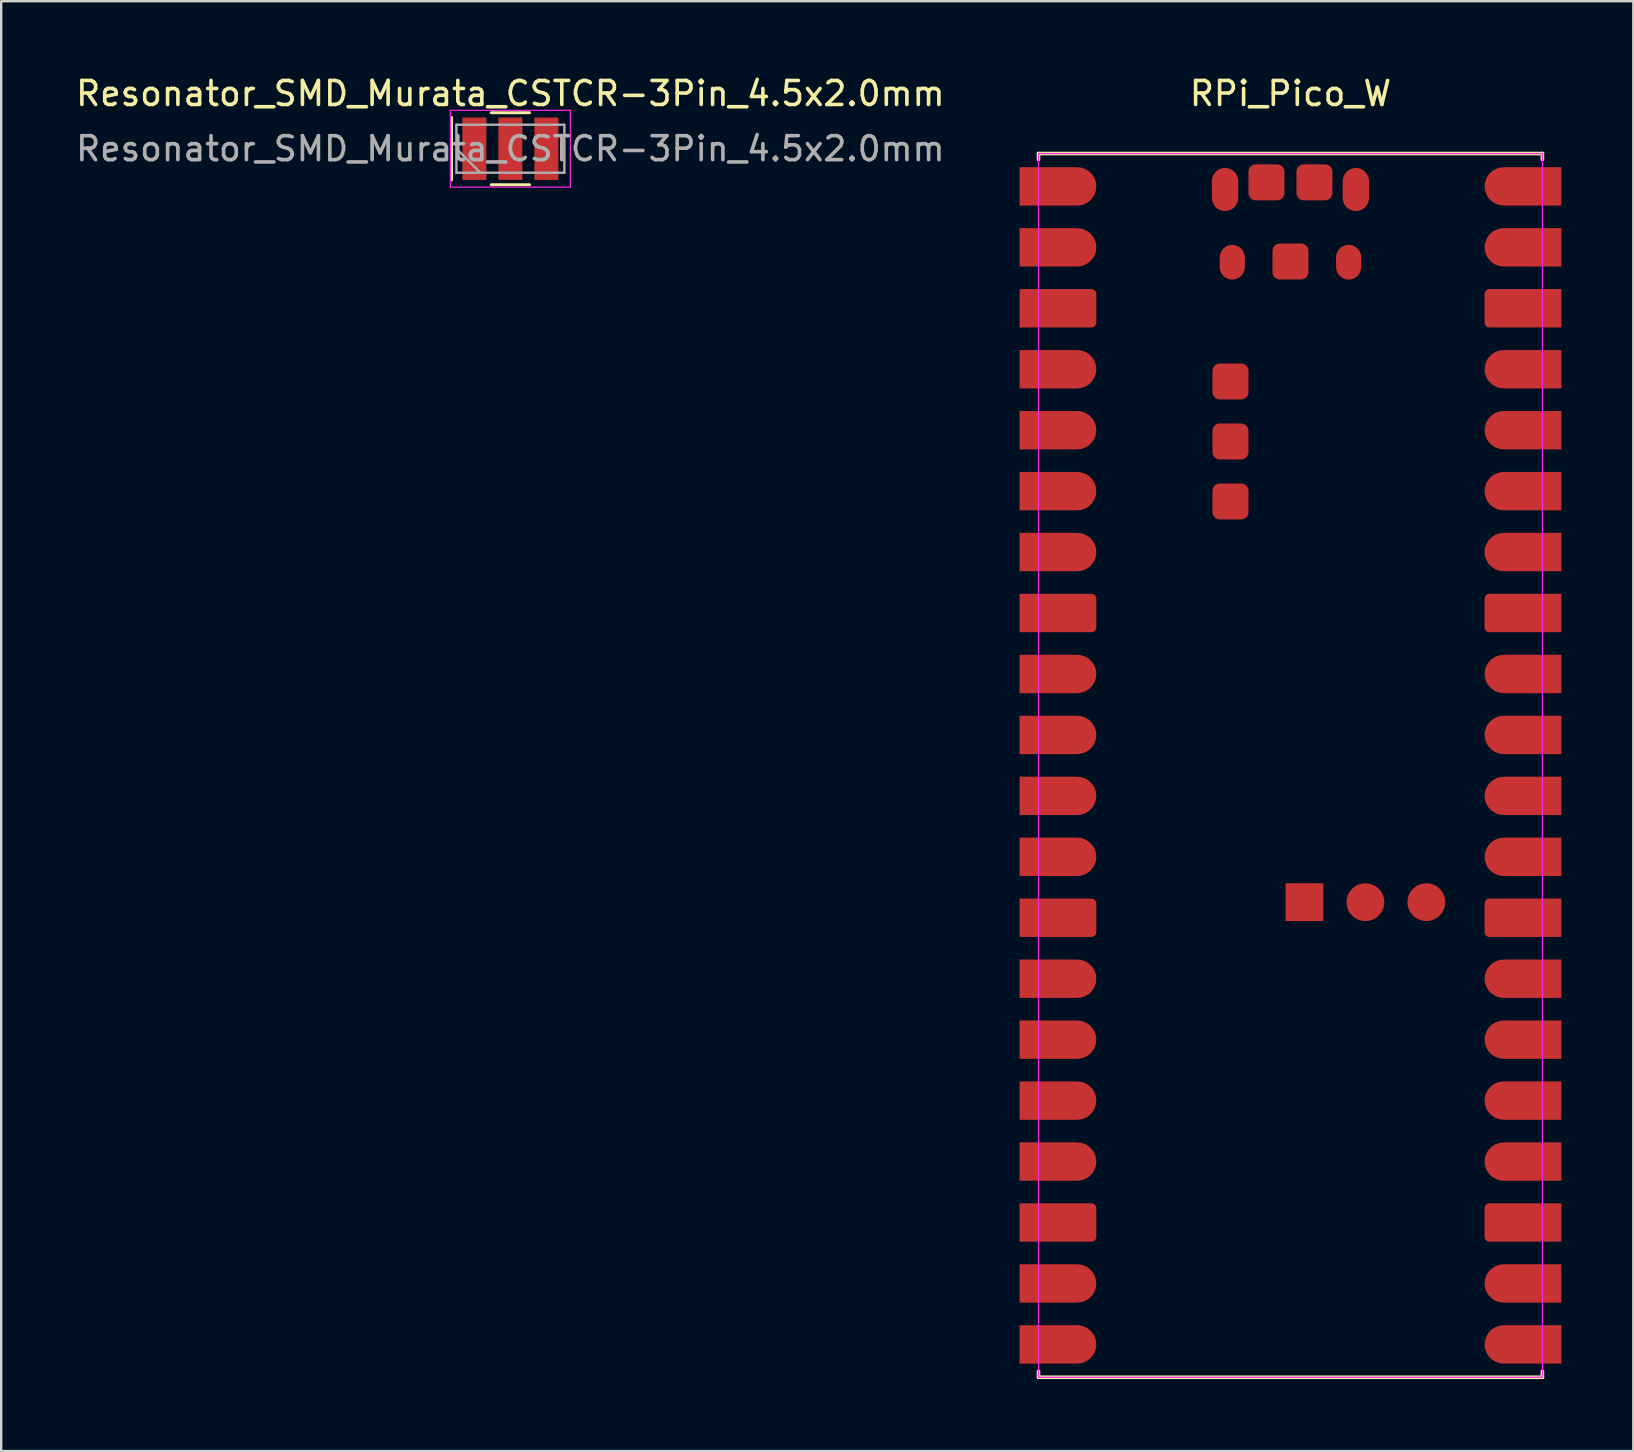
<source format=kicad_pcb>
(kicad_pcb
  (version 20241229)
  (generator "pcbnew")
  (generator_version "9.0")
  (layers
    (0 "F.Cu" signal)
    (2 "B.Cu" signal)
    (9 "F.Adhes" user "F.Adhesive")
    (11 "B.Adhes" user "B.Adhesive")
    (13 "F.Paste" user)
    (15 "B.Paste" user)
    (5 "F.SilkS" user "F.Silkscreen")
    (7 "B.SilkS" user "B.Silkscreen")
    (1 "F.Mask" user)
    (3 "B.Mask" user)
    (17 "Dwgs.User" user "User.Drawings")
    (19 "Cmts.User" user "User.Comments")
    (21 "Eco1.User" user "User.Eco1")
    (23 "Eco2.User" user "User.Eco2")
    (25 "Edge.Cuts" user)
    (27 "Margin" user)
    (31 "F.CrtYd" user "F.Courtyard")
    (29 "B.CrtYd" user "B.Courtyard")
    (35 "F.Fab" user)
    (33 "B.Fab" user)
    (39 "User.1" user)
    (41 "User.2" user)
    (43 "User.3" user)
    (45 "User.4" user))
  (footprint "Resonator_SMD_Murata_CSTCR-3Pin_4.5x2.0mm"
    (layer "F.Cu")
    (at 18.22 3.148)
    (property "Reference" "Resonator_SMD_Murata_CSTCR-3Pin_4.5x2.0mm" (at 0 -2.3 0) (layer "F.SilkS") (effects (font (size 1 1) (thickness 0.15))))
    (attr smd)
    (fp_line (start -2.45 -1.3) (end -2.45 1.3) (stroke (width 0.12) (type solid)) (layer "F.SilkS"))
    (fp_line (start -0.8 -1.5) (end 0.8 -1.5) (stroke (width 0.12) (type solid)) (layer "F.SilkS"))
    (fp_line (start -0.8 1.5) (end 0.8 1.5) (stroke (width 0.12) (type solid)) (layer "F.SilkS"))
    (fp_line (start -2.5 -1.6) (end -2.5 1.6) (stroke (width 0.05) (type solid)) (layer "F.CrtYd"))
    (fp_line (start -2.5 1.6) (end 2.5 1.6) (stroke (width 0.05) (type solid)) (layer "F.CrtYd"))
    (fp_line (start 2.5 -1.6) (end -2.5 -1.6) (stroke (width 0.05) (type solid)) (layer "F.CrtYd"))
    (fp_line (start 2.5 1.6) (end 2.5 -1.6) (stroke (width 0.05) (type solid)) (layer "F.CrtYd"))
    (fp_line (start -2.25 -1) (end -2.25 1) (stroke (width 0.1) (type solid)) (layer "F.Fab"))
    (fp_line (start -2.25 0) (end -1.25 1) (stroke (width 0.1) (type solid)) (layer "F.Fab"))
    (fp_line (start -2.25 1) (end 2.25 1) (stroke (width 0.1) (type solid)) (layer "F.Fab"))
    (fp_line (start 2.25 -1) (end -2.25 -1) (stroke (width 0.1) (type solid)) (layer "F.Fab"))
    (fp_line (start 2.25 1) (end 2.25 -1) (stroke (width 0.1) (type solid)) (layer "F.Fab"))
    (fp_text user "${REFERENCE}" (at 0 0 0) (layer "F.Fab") (effects (font (size 1 1) (thickness 0.15))))
    (pad "1" smd rect (at -1.5 0) (size 1 2.6) (layers "F.Cu" "F.Mask" "F.Paste"))
    (pad "2" smd rect (at 0 0) (size 1 2.6) (layers "F.Cu" "F.Mask" "F.Paste"))
    (pad "3" smd rect (at 1.5 0) (size 1 2.6) (layers "F.Cu" "F.Mask" "F.Paste")))
  (footprint "RPi_Pico_W"
    (layer "F.Cu")
    (at 50.73 28.848)
    (property "Reference" "RPi_Pico_W" (at 0 -28 0) (unlocked yes) (layer "F.SilkS") (effects (font (size 1 1) (thickness 0.15))))
    (attr smd)
    (fp_line (start -10.5 -25.5) (end 10.5 -25.5) (stroke (width 0.15) (type default)) (layer "F.SilkS"))
    (fp_line (start -10.5 -25.25) (end -10.5 -25.5) (stroke (width 0.15) (type default)) (layer "F.SilkS"))
    (fp_line (start -10.5 25.25) (end -10.5 25.5) (stroke (width 0.15) (type default)) (layer "F.SilkS"))
    (fp_line (start -10.5 25.5) (end 10.5 25.5) (stroke (width 0.15) (type default)) (layer "F.SilkS"))
    (fp_line (start 10.5 -25.5) (end 10.5 -25.25) (stroke (width 0.15) (type default)) (layer "F.SilkS"))
    (fp_line (start 10.5 25.5) (end 10.5 25.25) (stroke (width 0.15) (type default)) (layer "F.SilkS"))
    (fp_rect (start -10.5 -25.5) (end 10.5 25.5) (stroke (width 0.05) (type default)) (fill no) (layer "F.CrtYd"))
    (pad "1" smd roundrect (at -9.69 -24.13) (size 3.2 1.6) (layers "F.Cu" "F.Mask" "F.Paste") (roundrect_rratio 0.5) (chamfer_ratio 0) (chamfer top_left bottom_left))
    (pad "2" smd roundrect (at -9.69 -21.59) (size 3.2 1.6) (layers "F.Cu" "F.Mask" "F.Paste") (roundrect_rratio 0.5) (chamfer_ratio 0) (chamfer top_left bottom_left))
    (pad "3" smd roundrect (at -9.69 -19.05) (size 3.2 1.6) (layers "F.Cu" "F.Mask" "F.Paste") (roundrect_rratio 0.125) (chamfer_ratio 0) (chamfer top_left bottom_left))
    (pad "4" smd roundrect (at -9.69 -16.51) (size 3.2 1.6) (layers "F.Cu" "F.Mask" "F.Paste") (roundrect_rratio 0.5) (chamfer_ratio 0) (chamfer top_left bottom_left))
    (pad "5" smd roundrect (at -9.69 -13.97) (size 3.2 1.6) (layers "F.Cu" "F.Mask" "F.Paste") (roundrect_rratio 0.5) (chamfer_ratio 0) (chamfer top_left bottom_left))
    (pad "6" smd roundrect (at -9.69 -11.43) (size 3.2 1.6) (layers "F.Cu" "F.Mask" "F.Paste") (roundrect_rratio 0.5) (chamfer_ratio 0) (chamfer top_left bottom_left))
    (pad "7" smd roundrect (at -9.69 -8.89) (size 3.2 1.6) (layers "F.Cu" "F.Mask" "F.Paste") (roundrect_rratio 0.5) (chamfer_ratio 0) (chamfer top_left bottom_left))
    (pad "8" smd roundrect (at -9.69 -6.35) (size 3.2 1.6) (layers "F.Cu" "F.Mask" "F.Paste") (roundrect_rratio 0.125) (chamfer_ratio 0) (chamfer top_left bottom_left))
    (pad "9" smd roundrect (at -9.69 -3.81) (size 3.2 1.6) (layers "F.Cu" "F.Mask" "F.Paste") (roundrect_rratio 0.5) (chamfer_ratio 0) (chamfer top_left bottom_left))
    (pad "10" smd roundrect (at -9.69 -1.27) (size 3.2 1.6) (layers "F.Cu" "F.Mask" "F.Paste") (roundrect_rratio 0.5) (chamfer_ratio 0) (chamfer top_left bottom_left))
    (pad "11" smd roundrect (at -9.69 1.27) (size 3.2 1.6) (layers "F.Cu" "F.Mask" "F.Paste") (roundrect_rratio 0.5) (chamfer_ratio 0) (chamfer top_left bottom_left))
    (pad "12" smd roundrect (at -9.69 3.81) (size 3.2 1.6) (layers "F.Cu" "F.Mask" "F.Paste") (roundrect_rratio 0.5) (chamfer_ratio 0) (chamfer top_left bottom_left))
    (pad "13" smd roundrect (at -9.69 6.35) (size 3.2 1.6) (layers "F.Cu" "F.Mask" "F.Paste") (roundrect_rratio 0.125) (chamfer_ratio 0) (chamfer top_left bottom_left))
    (pad "14" smd roundrect (at -9.69 8.89) (size 3.2 1.6) (layers "F.Cu" "F.Mask" "F.Paste") (roundrect_rratio 0.5) (chamfer_ratio 0) (chamfer top_left bottom_left))
    (pad "15" smd roundrect (at -9.69 11.43) (size 3.2 1.6) (layers "F.Cu" "F.Mask" "F.Paste") (roundrect_rratio 0.5) (chamfer_ratio 0) (chamfer top_left bottom_left))
    (pad "16" smd roundrect (at -9.69 13.97) (size 3.2 1.6) (layers "F.Cu" "F.Mask" "F.Paste") (roundrect_rratio 0.5) (chamfer_ratio 0) (chamfer top_left bottom_left))
    (pad "17" smd roundrect (at -9.69 16.51) (size 3.2 1.6) (layers "F.Cu" "F.Mask" "F.Paste") (roundrect_rratio 0.5) (chamfer_ratio 0) (chamfer top_left bottom_left))
    (pad "18" smd roundrect (at -9.69 19.05) (size 3.2 1.6) (layers "F.Cu" "F.Mask" "F.Paste") (roundrect_rratio 0.125) (chamfer_ratio 0) (chamfer top_left bottom_left))
    (pad "19" smd roundrect (at -9.69 21.59) (size 3.2 1.6) (layers "F.Cu" "F.Mask" "F.Paste") (roundrect_rratio 0.5) (chamfer_ratio 0) (chamfer top_left bottom_left))
    (pad "20" smd roundrect (at -9.69 24.13) (size 3.2 1.6) (layers "F.Cu" "F.Mask" "F.Paste") (roundrect_rratio 0.5) (chamfer_ratio 0) (chamfer top_left bottom_left))
    (pad "21" smd roundrect (at 9.69 24.13 180) (size 3.2 1.6) (layers "F.Cu" "F.Mask" "F.Paste") (roundrect_rratio 0.5) (chamfer_ratio 0) (chamfer top_left bottom_left))
    (pad "22" smd roundrect (at 9.69 21.59 180) (size 3.2 1.6) (layers "F.Cu" "F.Mask" "F.Paste") (roundrect_rratio 0.5) (chamfer_ratio 0) (chamfer top_left bottom_left))
    (pad "23" smd roundrect (at 9.69 19.05 180) (size 3.2 1.6) (layers "F.Cu" "F.Mask" "F.Paste") (roundrect_rratio 0.125) (chamfer_ratio 0) (chamfer top_left bottom_left))
    (pad "24" smd roundrect (at 9.69 16.51 180) (size 3.2 1.6) (layers "F.Cu" "F.Mask" "F.Paste") (roundrect_rratio 0.5) (chamfer_ratio 0) (chamfer top_left bottom_left))
    (pad "25" smd roundrect (at 9.69 13.97 180) (size 3.2 1.6) (layers "F.Cu" "F.Mask" "F.Paste") (roundrect_rratio 0.5) (chamfer_ratio 0) (chamfer top_left bottom_left))
    (pad "26" smd roundrect (at 9.69 11.43 180) (size 3.2 1.6) (layers "F.Cu" "F.Mask" "F.Paste") (roundrect_rratio 0.5) (chamfer_ratio 0) (chamfer top_left bottom_left))
    (pad "27" smd roundrect (at 9.69 8.89 180) (size 3.2 1.6) (layers "F.Cu" "F.Mask" "F.Paste") (roundrect_rratio 0.5) (chamfer_ratio 0) (chamfer top_left bottom_left))
    (pad "28" smd roundrect (at 9.69 6.35 180) (size 3.2 1.6) (layers "F.Cu" "F.Mask" "F.Paste") (roundrect_rratio 0.125) (chamfer_ratio 0) (chamfer top_left bottom_left))
    (pad "29" smd roundrect (at 9.69 3.81 180) (size 3.2 1.6) (layers "F.Cu" "F.Mask" "F.Paste") (roundrect_rratio 0.5) (chamfer_ratio 0) (chamfer top_left bottom_left))
    (pad "30" smd roundrect (at 9.69 1.27 180) (size 3.2 1.6) (layers "F.Cu" "F.Mask" "F.Paste") (roundrect_rratio 0.5) (chamfer_ratio 0) (chamfer top_left bottom_left))
    (pad "31" smd roundrect (at 9.69 -1.27 180) (size 3.2 1.6) (layers "F.Cu" "F.Mask" "F.Paste") (roundrect_rratio 0.5) (chamfer_ratio 0) (chamfer top_left bottom_left))
    (pad "32" smd roundrect (at 9.69 -3.81 180) (size 3.2 1.6) (layers "F.Cu" "F.Mask" "F.Paste") (roundrect_rratio 0.5) (chamfer_ratio 0) (chamfer top_left bottom_left))
    (pad "33" smd roundrect (at 9.69 -6.35 180) (size 3.2 1.6) (layers "F.Cu" "F.Mask" "F.Paste") (roundrect_rratio 0.125) (chamfer_ratio 0) (chamfer top_left bottom_left))
    (pad "34" smd roundrect (at 9.69 -8.89 180) (size 3.2 1.6) (layers "F.Cu" "F.Mask" "F.Paste") (roundrect_rratio 0.5) (chamfer_ratio 0) (chamfer top_left bottom_left))
    (pad "35" smd roundrect (at 9.69 -11.43 180) (size 3.2 1.6) (layers "F.Cu" "F.Mask" "F.Paste") (roundrect_rratio 0.5) (chamfer_ratio 0) (chamfer top_left bottom_left))
    (pad "36" smd roundrect (at 9.69 -13.97 180) (size 3.2 1.6) (layers "F.Cu" "F.Mask" "F.Paste") (roundrect_rratio 0.5) (chamfer_ratio 0) (chamfer top_left bottom_left))
    (pad "37" smd roundrect (at 9.69 -16.51 180) (size 3.2 1.6) (layers "F.Cu" "F.Mask" "F.Paste") (roundrect_rratio 0.5) (chamfer_ratio 0) (chamfer top_left bottom_left))
    (pad "38" smd roundrect (at 9.69 -19.05 180) (size 3.2 1.6) (layers "F.Cu" "F.Mask" "F.Paste") (roundrect_rratio 0.125) (chamfer_ratio 0) (chamfer top_left bottom_left))
    (pad "39" smd roundrect (at 9.69 -21.59 180) (size 3.2 1.6) (layers "F.Cu" "F.Mask" "F.Paste") (roundrect_rratio 0.5) (chamfer_ratio 0) (chamfer top_left bottom_left))
    (pad "40" smd roundrect (at 9.69 -24.13 180) (size 3.2 1.6) (layers "F.Cu" "F.Mask" "F.Paste") (roundrect_rratio 0.5) (chamfer_ratio 0) (chamfer top_left bottom_left))
    (pad "D1" smd rect (at 0.584 5.7) (size 1.575 1.575) (layers "F.Cu" "F.Mask" "F.Paste"))
    (pad "D2" smd circle (at 3.124 5.7) (size 1.575 1.575) (layers "F.Cu" "F.Mask" "F.Paste"))
    (pad "D3" smd circle (at 5.664 5.7) (size 1.575 1.575) (layers "F.Cu" "F.Mask" "F.Paste"))
    (pad "MNT" smd roundrect (at -2.725 -24) (size 1.1 1.8) (layers "F.Cu" "F.Mask" "F.Paste") (roundrect_rratio 0.5))
    (pad "MNT" smd roundrect (at -2.425 -20.97) (size 1.05 1.45) (layers "F.Cu" "F.Mask" "F.Paste") (roundrect_rratio 0.5))
    (pad "MNT" smd roundrect (at 2.425 -20.97) (size 1.05 1.45) (layers "F.Cu" "F.Mask" "F.Paste") (roundrect_rratio 0.5))
    (pad "MNT" smd roundrect (at 2.725 -24) (size 1.1 1.8) (layers "F.Cu" "F.Mask" "F.Paste") (roundrect_rratio 0.5))
    (pad "TP1" smd roundrect (at 0 -21) (size 1.5 1.5) (layers "F.Cu" "F.Mask" "F.Paste") (roundrect_rratio 0.2))
    (pad "TP2" smd roundrect (at 1 -24.3) (size 1.5 1.5) (layers "F.Cu" "F.Mask" "F.Paste") (roundrect_rratio 0.2))
    (pad "TP3" smd roundrect (at -1 -24.3) (size 1.5 1.5) (layers "F.Cu" "F.Mask" "F.Paste") (roundrect_rratio 0.2))
    (pad "TP4" smd roundrect (at -2.5 -16) (size 1.5 1.5) (layers "F.Cu" "F.Mask" "F.Paste") (roundrect_rratio 0.2))
    (pad "TP5" smd roundrect (at -2.5 -13.5) (size 1.5 1.5) (layers "F.Cu" "F.Mask" "F.Paste") (roundrect_rratio 0.2))
    (pad "TP6" smd roundrect (at -2.5 -11) (size 1.5 1.5) (layers "F.Cu" "F.Mask" "F.Paste") (roundrect_rratio 0.2))
    (zone (net_name "") (layers "F.Cu" "B.Cu") (name "antenna") (hatch full 0.5) (connect_pads) (min_thickness 0.25) (filled_areas_thickness no) (keepout (tracks not_allowed) (vias not_allowed) (pads not_allowed) (copperpour not_allowed) (footprints not_allowed)) (placement (enabled no)) (fill) (polygon (pts (xy 43.73 54.348) (xy 57.73 54.348) (xy 57.73 45.348) (xy 43.73 45.348)))))
  (gr_rect
    (start -3 -3)
    (end 65.02 57.423)
    (stroke (width 0.1) (type default))
    (fill no)
    (layer "Edge.Cuts")))
</source>
